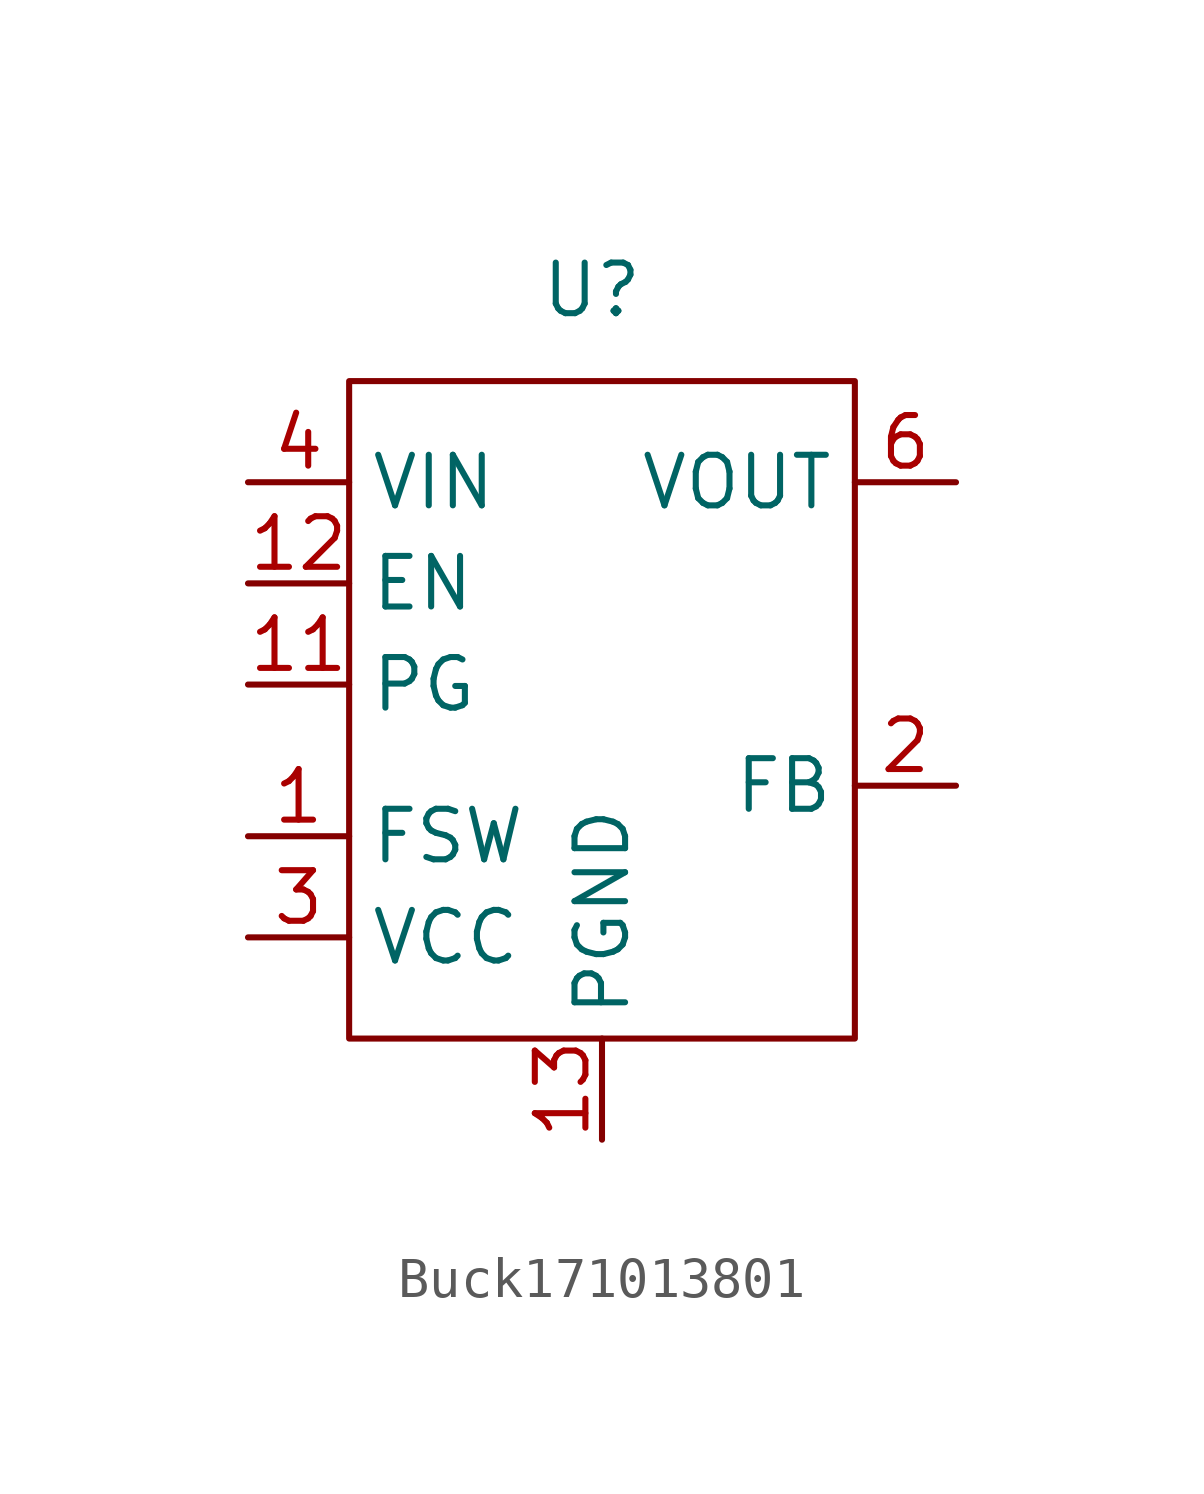
<source format=kicad_sym>
(kicad_symbol_lib
  (version 20231120)
  (generator "kicad_symbol_editor")
  (generator_version "8.0")
  (symbol "Buck171013801"
    (property "Reference" "U"
      (at -0.254 8.636 0)
      (effects (font (size 1.27 1.27))))
    (property "Value" ""
      (at 0 0 0)
      (effects (font (size 1.27 1.27))))
    (symbol "Buck171013801_0_1"
      (rectangle (start -6.35 6.35) (end 6.35 -10.16) (stroke (width 0) (type default)) (fill (type none))))
    (symbol "Buck171013801_1_1"
      (pin input line (at -8.89 -5.08 0) (length 2.54) (name "FSW" (effects (font (size 1.27 1.27)))) (number "1" (effects (font (size 1.27 1.27)))))
      (pin input line (at 0 -12.7 90) (length 2.54) hide (name "AGND" (effects (font (size 1.27 1.27)))) (number "10" (effects (font (size 1.27 1.27)))))
      (pin input line (at -8.89 -1.27 0) (length 2.54) (name "PG" (effects (font (size 1.27 1.27)))) (number "11" (effects (font (size 1.27 1.27)))))
      (pin input line (at -8.89 1.27 0) (length 2.54) (name "EN" (effects (font (size 1.27 1.27)))) (number "12" (effects (font (size 1.27 1.27)))))
      (pin input line (at 0 -12.7 90) (length 2.54) (name "PGND" (effects (font (size 1.27 1.27)))) (number "13" (effects (font (size 1.27 1.27)))))
      (pin input line (at 8.89 -3.81 180) (length 2.54) (name "FB" (effects (font (size 1.27 1.27)))) (number "2" (effects (font (size 1.27 1.27)))))
      (pin input line (at -8.89 -7.62 0) (length 2.54) (name "VCC" (effects (font (size 1.27 1.27)))) (number "3" (effects (font (size 1.27 1.27)))))
      (pin input line (at -8.89 3.81 0) (length 2.54) (name "VIN" (effects (font (size 1.27 1.27)))) (number "4" (effects (font (size 1.27 1.27)))))
      (pin input line (at -8.89 3.81 0) (length 2.54) hide (name "VIN" (effects (font (size 1.27 1.27)))) (number "5" (effects (font (size 1.27 1.27)))))
      (pin input line (at 8.89 3.81 180) (length 2.54) (name "VOUT" (effects (font (size 1.27 1.27)))) (number "6" (effects (font (size 1.27 1.27)))))
      (pin input line (at 8.89 3.81 180) (length 2.54) hide (name "VOUT" (effects (font (size 1.27 1.27)))) (number "7" (effects (font (size 1.27 1.27)))))
      (pin input line (at -8.89 3.81 0) (length 2.54) hide (name "VIN" (effects (font (size 1.27 1.27)))) (number "9" (effects (font (size 1.27 1.27))))))))
</source>
